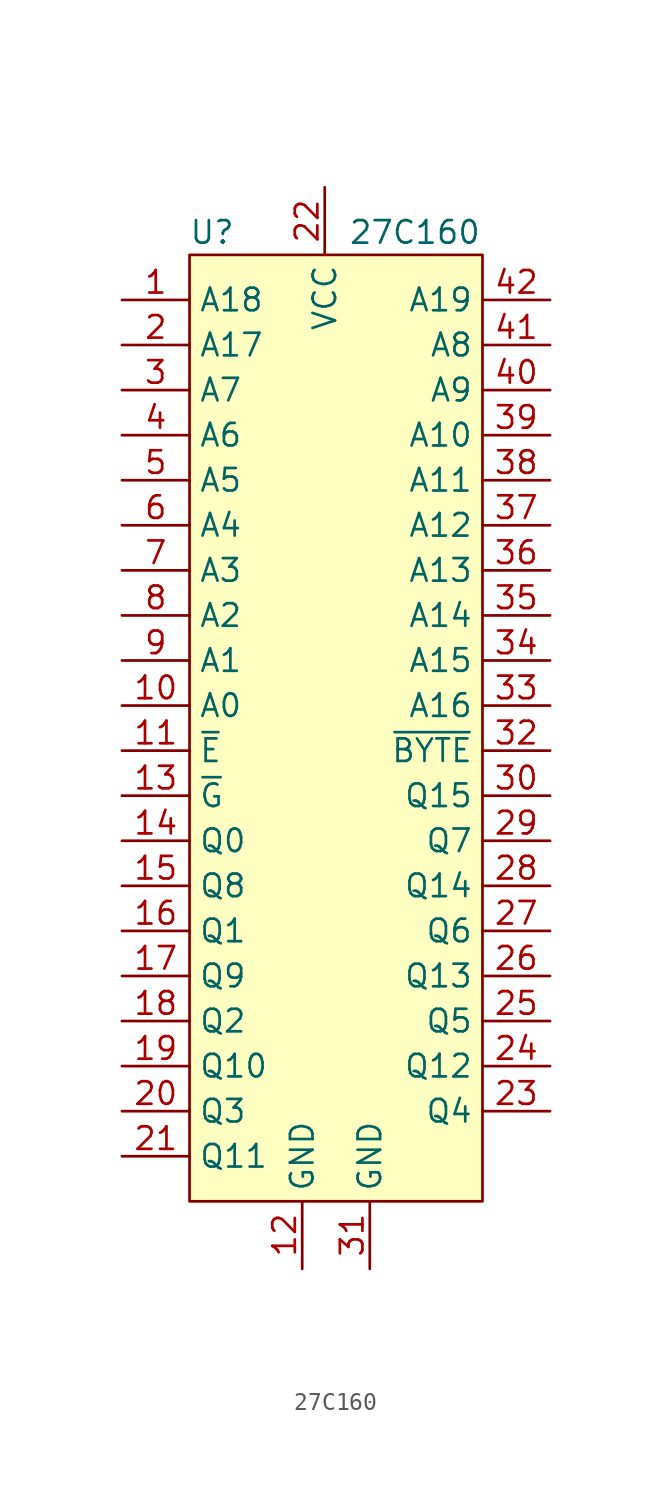
<source format=kicad_sym>
(kicad_symbol_lib
  (version 20220914)
  (generator kicad_symbol_editor)
  (symbol "27C160"
    (property "Reference" "U"
      (at -7.62 22.86 0)
      (effects (font (size 1.27 1.27))))
    (property "Value" "27C160"
      (at 3.81 22.86 0)
      (effects (font (size 1.27 1.27))))
    (symbol "27C160_1_1"
      (rectangle (start -8.89 21.59) (end 7.62 -31.75) (stroke (width 0) (type default)) (fill (type background)))
      (pin input line (at -12.7 19.05 0) (length 3.81) (name "A18" (effects (font (size 1.27 1.27)))) (number "1" (effects (font (size 1.27 1.27)))))
      (pin input line (at -12.7 -3.81 0) (length 3.81) (name "A0" (effects (font (size 1.27 1.27)))) (number "10" (effects (font (size 1.27 1.27)))))
      (pin input line (at -12.7 -6.35 0) (length 3.81) (name "~{E}" (effects (font (size 1.27 1.27)))) (number "11" (effects (font (size 1.27 1.27)))))
      (pin power_in line (at -2.54 -35.56 90) (length 3.81) (name "GND" (effects (font (size 1.27 1.27)))) (number "12" (effects (font (size 1.27 1.27)))))
      (pin input line (at -12.7 -8.89 0) (length 3.81) (name "~{G}" (effects (font (size 1.27 1.27)))) (number "13" (effects (font (size 1.27 1.27)))))
      (pin tri_state line (at -12.7 -11.43 0) (length 3.81) (name "Q0" (effects (font (size 1.27 1.27)))) (number "14" (effects (font (size 1.27 1.27)))))
      (pin input line (at -12.7 -13.97 0) (length 3.81) (name "Q8" (effects (font (size 1.27 1.27)))) (number "15" (effects (font (size 1.27 1.27)))))
      (pin input line (at -12.7 -16.51 0) (length 3.81) (name "Q1" (effects (font (size 1.27 1.27)))) (number "16" (effects (font (size 1.27 1.27)))))
      (pin input line (at -12.7 -19.05 0) (length 3.81) (name "Q9" (effects (font (size 1.27 1.27)))) (number "17" (effects (font (size 1.27 1.27)))))
      (pin input line (at -12.7 -21.59 0) (length 3.81) (name "Q2" (effects (font (size 1.27 1.27)))) (number "18" (effects (font (size 1.27 1.27)))))
      (pin input line (at -12.7 -24.13 0) (length 3.81) (name "Q10" (effects (font (size 1.27 1.27)))) (number "19" (effects (font (size 1.27 1.27)))))
      (pin input line (at -12.7 16.51 0) (length 3.81) (name "A17" (effects (font (size 1.27 1.27)))) (number "2" (effects (font (size 1.27 1.27)))))
      (pin input line (at -12.7 -26.67 0) (length 3.81) (name "Q3" (effects (font (size 1.27 1.27)))) (number "20" (effects (font (size 1.27 1.27)))))
      (pin input line (at -12.7 -29.21 0) (length 3.81) (name "Q11" (effects (font (size 1.27 1.27)))) (number "21" (effects (font (size 1.27 1.27)))))
      (pin power_in line (at -1.27 25.4 270) (length 3.81) (name "VCC" (effects (font (size 1.27 1.27)))) (number "22" (effects (font (size 1.27 1.27)))))
      (pin tri_state line (at 11.43 -26.67 180) (length 3.81) (name "Q4" (effects (font (size 1.27 1.27)))) (number "23" (effects (font (size 1.27 1.27)))))
      (pin tri_state line (at 11.43 -24.13 180) (length 3.81) (name "Q12" (effects (font (size 1.27 1.27)))) (number "24" (effects (font (size 1.27 1.27)))))
      (pin tri_state line (at 11.43 -21.59 180) (length 3.81) (name "Q5" (effects (font (size 1.27 1.27)))) (number "25" (effects (font (size 1.27 1.27)))))
      (pin tri_state line (at 11.43 -19.05 180) (length 3.81) (name "Q13" (effects (font (size 1.27 1.27)))) (number "26" (effects (font (size 1.27 1.27)))))
      (pin tri_state line (at 11.43 -16.51 180) (length 3.81) (name "Q6" (effects (font (size 1.27 1.27)))) (number "27" (effects (font (size 1.27 1.27)))))
      (pin tri_state line (at 11.43 -13.97 180) (length 3.81) (name "Q14" (effects (font (size 1.27 1.27)))) (number "28" (effects (font (size 1.27 1.27)))))
      (pin tri_state line (at 11.43 -11.43 180) (length 3.81) (name "Q7" (effects (font (size 1.27 1.27)))) (number "29" (effects (font (size 1.27 1.27)))))
      (pin input line (at -12.7 13.97 0) (length 3.81) (name "A7" (effects (font (size 1.27 1.27)))) (number "3" (effects (font (size 1.27 1.27)))))
      (pin tri_state line (at 11.43 -8.89 180) (length 3.81) (name "Q15" (effects (font (size 1.27 1.27)))) (number "30" (effects (font (size 1.27 1.27)))))
      (pin power_in line (at 1.27 -35.56 90) (length 3.81) (name "GND" (effects (font (size 1.27 1.27)))) (number "31" (effects (font (size 1.27 1.27)))))
      (pin input line (at 11.43 -6.35 180) (length 3.81) (name "~{BYTE}" (effects (font (size 1.27 1.27)))) (number "32" (effects (font (size 1.27 1.27)))))
      (pin input line (at 11.43 -3.81 180) (length 3.81) (name "A16" (effects (font (size 1.27 1.27)))) (number "33" (effects (font (size 1.27 1.27)))))
      (pin input line (at 11.43 -1.27 180) (length 3.81) (name "A15" (effects (font (size 1.27 1.27)))) (number "34" (effects (font (size 1.27 1.27)))))
      (pin input line (at 11.43 1.27 180) (length 3.81) (name "A14" (effects (font (size 1.27 1.27)))) (number "35" (effects (font (size 1.27 1.27)))))
      (pin input line (at 11.43 3.81 180) (length 3.81) (name "A13" (effects (font (size 1.27 1.27)))) (number "36" (effects (font (size 1.27 1.27)))))
      (pin input line (at 11.43 6.35 180) (length 3.81) (name "A12" (effects (font (size 1.27 1.27)))) (number "37" (effects (font (size 1.27 1.27)))))
      (pin input line (at 11.43 8.89 180) (length 3.81) (name "A11" (effects (font (size 1.27 1.27)))) (number "38" (effects (font (size 1.27 1.27)))))
      (pin input line (at 11.43 11.43 180) (length 3.81) (name "A10" (effects (font (size 1.27 1.27)))) (number "39" (effects (font (size 1.27 1.27)))))
      (pin input line (at -12.7 11.43 0) (length 3.81) (name "A6" (effects (font (size 1.27 1.27)))) (number "4" (effects (font (size 1.27 1.27)))))
      (pin input line (at 11.43 13.97 180) (length 3.81) (name "A9" (effects (font (size 1.27 1.27)))) (number "40" (effects (font (size 1.27 1.27)))))
      (pin input line (at 11.43 16.51 180) (length 3.81) (name "A8" (effects (font (size 1.27 1.27)))) (number "41" (effects (font (size 1.27 1.27)))))
      (pin input line (at 11.43 19.05 180) (length 3.81) (name "A19" (effects (font (size 1.27 1.27)))) (number "42" (effects (font (size 1.27 1.27)))))
      (pin input line (at -12.7 8.89 0) (length 3.81) (name "A5" (effects (font (size 1.27 1.27)))) (number "5" (effects (font (size 1.27 1.27)))))
      (pin input line (at -12.7 6.35 0) (length 3.81) (name "A4" (effects (font (size 1.27 1.27)))) (number "6" (effects (font (size 1.27 1.27)))))
      (pin input line (at -12.7 3.81 0) (length 3.81) (name "A3" (effects (font (size 1.27 1.27)))) (number "7" (effects (font (size 1.27 1.27)))))
      (pin input line (at -12.7 1.27 0) (length 3.81) (name "A2" (effects (font (size 1.27 1.27)))) (number "8" (effects (font (size 1.27 1.27)))))
      (pin input line (at -12.7 -1.27 0) (length 3.81) (name "A1" (effects (font (size 1.27 1.27)))) (number "9" (effects (font (size 1.27 1.27))))))))
</source>
